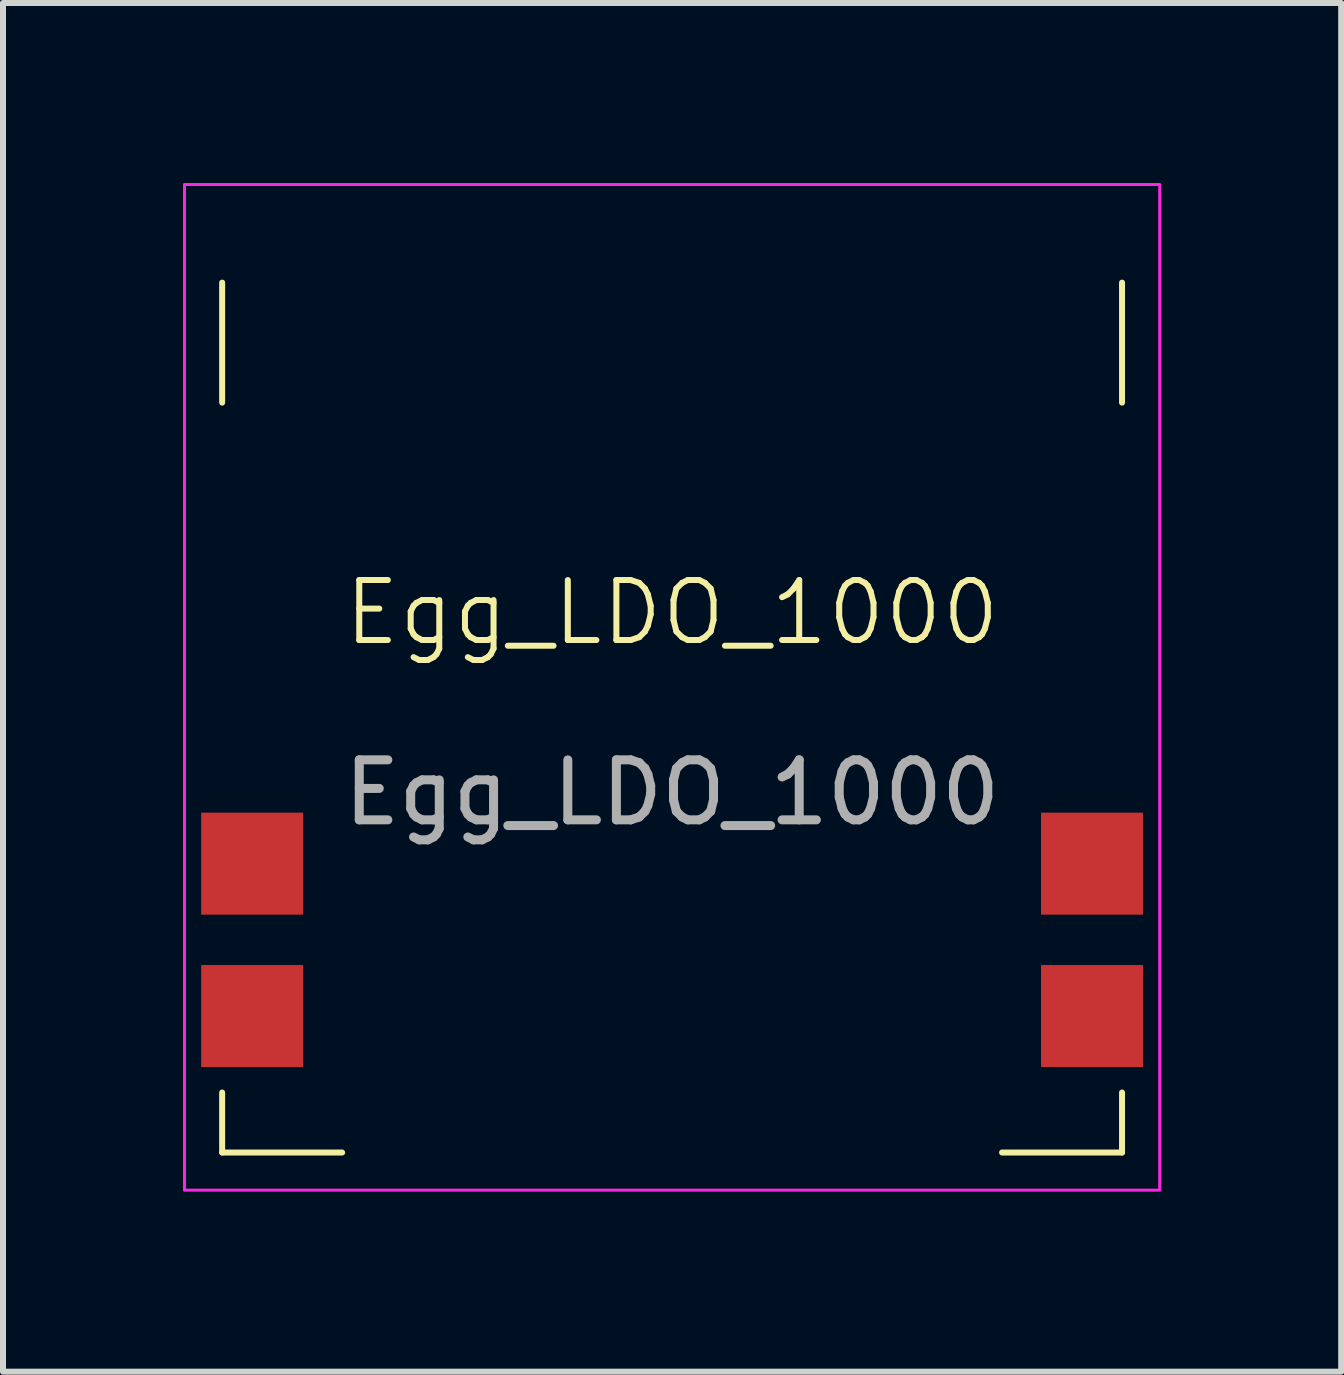
<source format=kicad_pcb>
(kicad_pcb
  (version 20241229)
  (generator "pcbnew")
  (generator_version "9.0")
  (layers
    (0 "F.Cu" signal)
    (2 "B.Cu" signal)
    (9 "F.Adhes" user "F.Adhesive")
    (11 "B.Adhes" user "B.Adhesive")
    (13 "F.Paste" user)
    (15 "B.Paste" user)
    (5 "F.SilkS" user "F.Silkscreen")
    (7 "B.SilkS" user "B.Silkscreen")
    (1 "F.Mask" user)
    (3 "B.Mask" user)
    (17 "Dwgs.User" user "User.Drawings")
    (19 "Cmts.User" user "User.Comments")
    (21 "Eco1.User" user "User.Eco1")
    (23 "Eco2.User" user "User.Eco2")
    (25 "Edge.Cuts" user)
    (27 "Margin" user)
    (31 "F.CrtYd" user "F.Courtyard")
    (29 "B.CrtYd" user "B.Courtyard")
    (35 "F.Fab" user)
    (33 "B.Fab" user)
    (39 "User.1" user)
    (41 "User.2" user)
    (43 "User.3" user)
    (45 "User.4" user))
  (footprint "Egg_LDO_1000"
    (layer "F.Cu")
    (at 8.153 8.661)
    (property "Reference" "Egg_LDO_1000" (at 0 -1.5 0) (unlocked yes) (layer "F.SilkS") (effects (font (size 1 1) (thickness 0.1))))
    (attr smd)
    (fp_line (start -7.5 -7) (end -7.5 -5) (stroke (width 0.1) (type default)) (layer "F.SilkS"))
    (fp_line (start -7.5 7.5) (end -7.5 6.5) (stroke (width 0.1) (type default)) (layer "F.SilkS"))
    (fp_line (start -7.5 7.5) (end -5.5 7.5) (stroke (width 0.1) (type default)) (layer "F.SilkS"))
    (fp_line (start 7.5 -7) (end 7.5 -5) (stroke (width 0.1) (type default)) (layer "F.SilkS"))
    (fp_line (start 7.5 7.5) (end 5.5 7.5) (stroke (width 0.1) (type default)) (layer "F.SilkS"))
    (fp_line (start 7.5 7.5) (end 7.5 6.5) (stroke (width 0.1) (type default)) (layer "F.SilkS"))
    (fp_rect (start 8.128 8.128) (end -8.128 -8.636) (stroke (width 0.05) (type default)) (fill no) (layer "F.CrtYd"))
    (fp_text user "${REFERENCE}" (at 0 1.5 0) (unlocked yes) (layer "F.Fab") (effects (font (size 1 1) (thickness 0.15))))
    (pad "1" smd rect (at -7 2.685) (size 1.7 1.7) (layers "F.Cu" "F.Mask" "F.Paste"))
    (pad "2" smd rect (at -7 5.225) (size 1.7 1.7) (layers "F.Cu" "F.Mask" "F.Paste"))
    (pad "3" smd rect (at 7 2.685) (size 1.7 1.7) (layers "F.Cu" "F.Mask" "F.Paste"))
    (pad "4" smd rect (at 7 5.225) (size 1.7 1.7) (layers "F.Cu" "F.Mask" "F.Paste")))
  (gr_rect
    (start -3 -3)
    (end 19.306 19.814)
    (stroke (width 0.1) (type default))
    (fill no)
    (layer "Edge.Cuts")))
</source>
